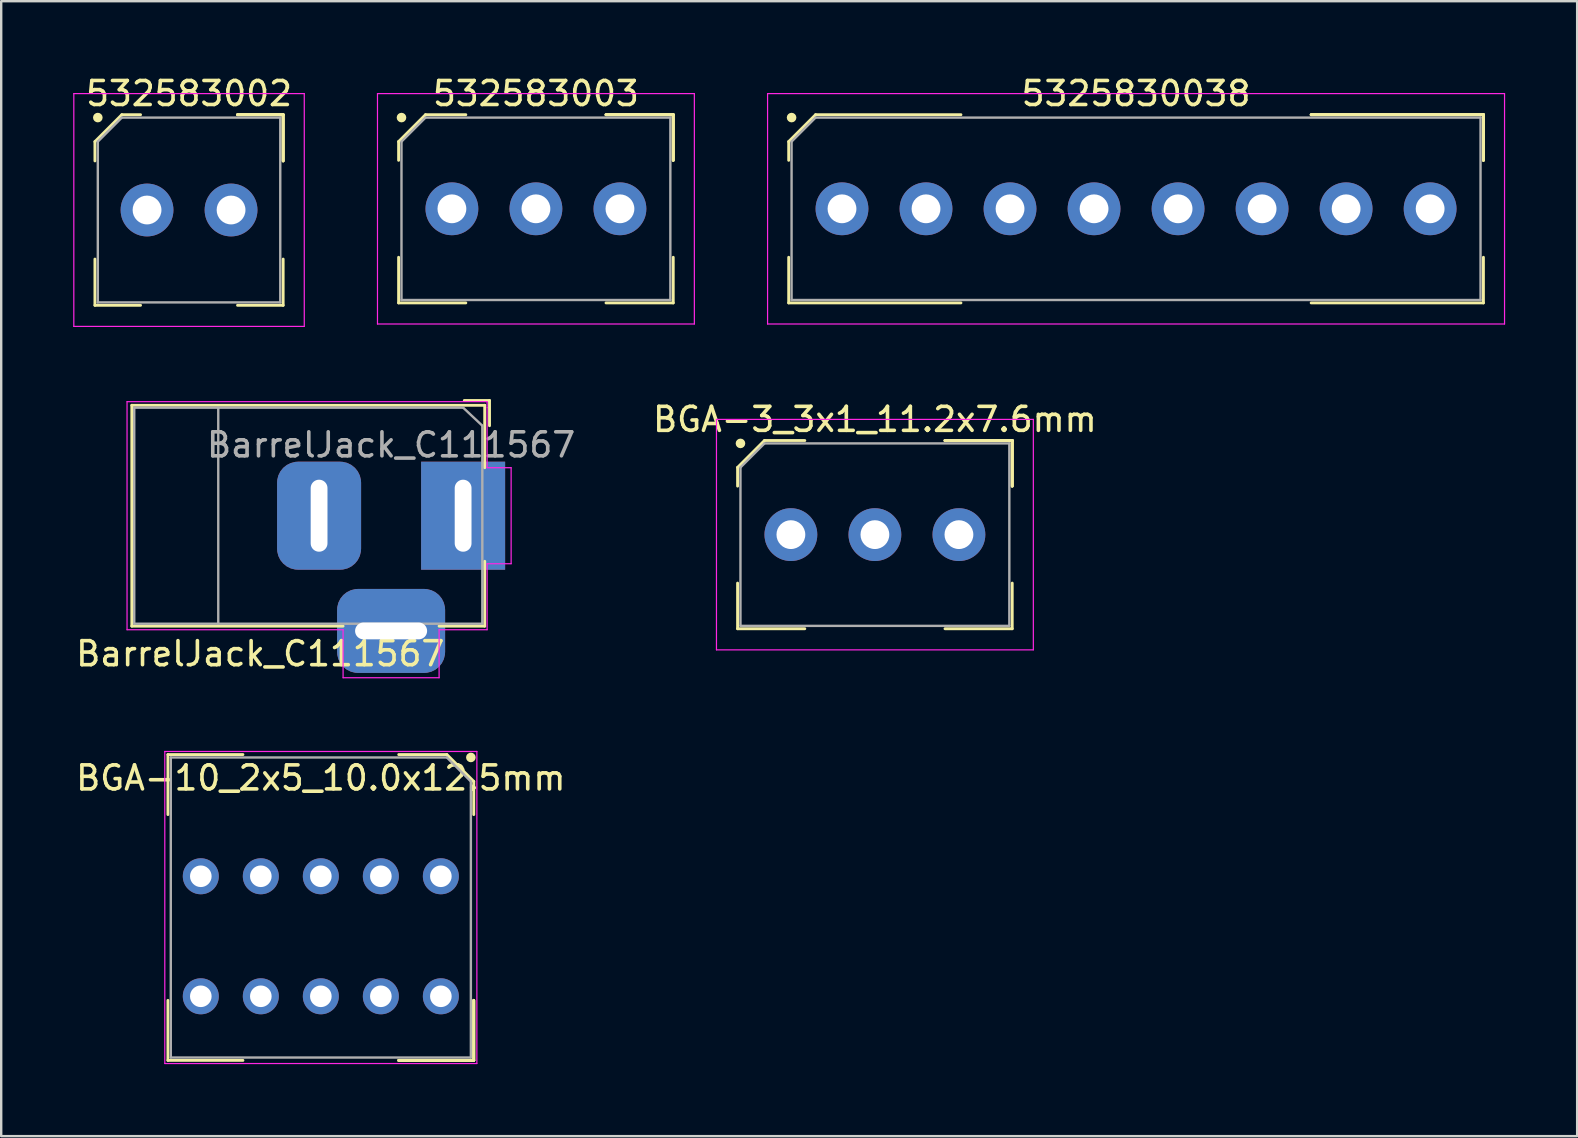
<source format=kicad_pcb>
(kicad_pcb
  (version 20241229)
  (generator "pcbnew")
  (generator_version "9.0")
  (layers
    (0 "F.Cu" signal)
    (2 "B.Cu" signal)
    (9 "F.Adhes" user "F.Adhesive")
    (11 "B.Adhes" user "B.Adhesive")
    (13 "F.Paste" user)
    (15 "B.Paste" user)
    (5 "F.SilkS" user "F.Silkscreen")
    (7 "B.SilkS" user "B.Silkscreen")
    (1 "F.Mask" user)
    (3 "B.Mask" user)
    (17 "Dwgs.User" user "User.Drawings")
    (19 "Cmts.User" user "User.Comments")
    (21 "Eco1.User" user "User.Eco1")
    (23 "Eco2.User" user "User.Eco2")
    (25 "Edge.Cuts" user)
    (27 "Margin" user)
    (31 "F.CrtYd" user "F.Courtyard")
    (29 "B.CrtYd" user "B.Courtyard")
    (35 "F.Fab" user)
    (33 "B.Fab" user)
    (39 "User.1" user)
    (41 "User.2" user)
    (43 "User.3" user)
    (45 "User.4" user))
  (footprint "BarrelJack_C111567"
    (layer "F.Cu")
    (at 16.242 18.433)
    (property "Reference" "BarrelJack_C111567" (at -8.45 5.75 0) (layer "F.SilkS") (effects (font (size 1 1) (thickness 0.15))))
    (attr through_hole)
    (fp_line (start -13.8 -4.6) (end 0.9 -4.6) (stroke (width 0.12) (type solid)) (layer "F.SilkS"))
    (fp_line (start -13.8 4.6) (end -13.8 -4.6) (stroke (width 0.12) (type solid)) (layer "F.SilkS"))
    (fp_line (start -5 4.6) (end -13.8 4.6) (stroke (width 0.12) (type solid)) (layer "F.SilkS"))
    (fp_line (start 0.05 -4.8) (end 1.1 -4.8) (stroke (width 0.12) (type solid)) (layer "F.SilkS"))
    (fp_line (start 0.9 -4.6) (end 0.9 -2) (stroke (width 0.12) (type solid)) (layer "F.SilkS"))
    (fp_line (start 0.9 1.9) (end 0.9 4.6) (stroke (width 0.12) (type solid)) (layer "F.SilkS"))
    (fp_line (start 0.9 4.6) (end -1 4.6) (stroke (width 0.12) (type solid)) (layer "F.SilkS"))
    (fp_line (start 1.1 -3.75) (end 1.1 -4.8) (stroke (width 0.12) (type solid)) (layer "F.SilkS"))
    (fp_line (start -14 4.75) (end -14 -4.75) (stroke (width 0.05) (type solid)) (layer "F.CrtYd"))
    (fp_line (start -5 4.75) (end -14 4.75) (stroke (width 0.05) (type solid)) (layer "F.CrtYd"))
    (fp_line (start -5 6.75) (end -5 4.75) (stroke (width 0.05) (type solid)) (layer "F.CrtYd"))
    (fp_line (start -1 4.75) (end -1 6.75) (stroke (width 0.05) (type solid)) (layer "F.CrtYd"))
    (fp_line (start -1 6.75) (end -5 6.75) (stroke (width 0.05) (type solid)) (layer "F.CrtYd"))
    (fp_line (start 1 -4.75) (end -14 -4.75) (stroke (width 0.05) (type solid)) (layer "F.CrtYd"))
    (fp_line (start 1 -4.5) (end 1 -4.75) (stroke (width 0.05) (type solid)) (layer "F.CrtYd"))
    (fp_line (start 1 -4.5) (end 1 -2) (stroke (width 0.05) (type solid)) (layer "F.CrtYd"))
    (fp_line (start 1 -2) (end 2 -2) (stroke (width 0.05) (type solid)) (layer "F.CrtYd"))
    (fp_line (start 1 2) (end 1 4.75) (stroke (width 0.05) (type solid)) (layer "F.CrtYd"))
    (fp_line (start 1 4.75) (end -1 4.75) (stroke (width 0.05) (type solid)) (layer "F.CrtYd"))
    (fp_line (start 2 -2) (end 2 2) (stroke (width 0.05) (type solid)) (layer "F.CrtYd"))
    (fp_line (start 2 2) (end 1 2) (stroke (width 0.05) (type solid)) (layer "F.CrtYd"))
    (fp_line (start -13.7 -4.5) (end -13.7 4.5) (stroke (width 0.1) (type solid)) (layer "F.Fab"))
    (fp_line (start -13.7 4.5) (end 0.8 4.5) (stroke (width 0.1) (type solid)) (layer "F.Fab"))
    (fp_line (start -10.2 -4.5) (end -10.2 4.5) (stroke (width 0.1) (type solid)) (layer "F.Fab"))
    (fp_line (start -0.003 -4.505) (end 0.8 -3.75) (stroke (width 0.1) (type solid)) (layer "F.Fab"))
    (fp_line (start 0 -4.5) (end -13.7 -4.5) (stroke (width 0.1) (type solid)) (layer "F.Fab"))
    (fp_line (start 0.8 4.5) (end 0.8 -3.75) (stroke (width 0.1) (type solid)) (layer "F.Fab"))
    (fp_text user "${REFERENCE}" (at -3 -2.95 0) (layer "F.Fab") (effects (font (size 1 1) (thickness 0.15))))
    (pad "1" thru_hole rect (at 0 0) (size 3.5 4.5) (drill oval 0.7 3) (layers "*.Cu" "*.Mask"))
    (pad "2" thru_hole roundrect (at -6 0) (size 3.5 4.5) (drill oval 0.7 3) (layers "*.Cu" "*.Mask") (roundrect_rratio 0.25))
    (pad "3" thru_hole roundrect (at -3 4.8) (size 4.5 3.5) (drill oval 3 0.7) (layers "*.Cu" "*.Mask") (roundrect_rratio 0.25)))
  (footprint "532583002"
    (layer "F.Cu")
    (at 4.825 5.698)
    (property "Reference" "532583002" (at 0 -4.85 0) (layer "F.SilkS") (effects (font (size 1 1) (thickness 0.15))))
    (attr smd)
    (fp_line (start -3.92 -2.85) (end -3.92 -2.045) (stroke (width 0.12) (type solid)) (layer "F.SilkS"))
    (fp_line (start -3.92 3.97) (end -3.92 2.045) (stroke (width 0.12) (type solid)) (layer "F.SilkS"))
    (fp_line (start -2.8 -3.97) (end -3.92 -2.85) (stroke (width 0.12) (type solid)) (layer "F.SilkS"))
    (fp_line (start -2.02 -3.97) (end -2.8 -3.97) (stroke (width 0.12) (type solid)) (layer "F.SilkS"))
    (fp_line (start -2.02 3.97) (end -3.92 3.97) (stroke (width 0.12) (type solid)) (layer "F.SilkS"))
    (fp_line (start 2.02 -3.97) (end 3.92 -3.97) (stroke (width 0.12) (type solid)) (layer "F.SilkS"))
    (fp_line (start 2.02 -3.97) (end 3.92 -3.97) (stroke (width 0.12) (type solid)) (layer "F.SilkS"))
    (fp_line (start 2.02 -3.97) (end 3.92 -3.97) (stroke (width 0.12) (type solid)) (layer "F.SilkS"))
    (fp_line (start 2.02 3.97) (end 3.92 3.97) (stroke (width 0.12) (type solid)) (layer "F.SilkS"))
    (fp_line (start 3.92 -3.97) (end 3.92 -2.045) (stroke (width 0.12) (type solid)) (layer "F.SilkS"))
    (fp_line (start 3.92 -3.97) (end 3.92 -2.045) (stroke (width 0.12) (type solid)) (layer "F.SilkS"))
    (fp_line (start 3.92 -3.97) (end 3.92 -2.045) (stroke (width 0.12) (type solid)) (layer "F.SilkS"))
    (fp_line (start 3.92 3.97) (end 3.92 2.045) (stroke (width 0.12) (type solid)) (layer "F.SilkS"))
    (fp_circle (center -3.8 -3.85) (end -3.8 -3.75) (stroke (width 0.2) (type solid)) (fill no) (layer "F.SilkS"))
    (fp_line (start -4.8 -4.85) (end 4.8 -4.85) (stroke (width 0.05) (type solid)) (layer "F.CrtYd"))
    (fp_line (start -4.8 4.85) (end -4.8 -4.85) (stroke (width 0.05) (type solid)) (layer "F.CrtYd"))
    (fp_line (start 4.8 -4.85) (end 4.8 4.85) (stroke (width 0.05) (type solid)) (layer "F.CrtYd"))
    (fp_line (start 4.8 4.85) (end -4.8 4.85) (stroke (width 0.05) (type solid)) (layer "F.CrtYd"))
    (fp_line (start -3.8 -2.85) (end -3.8 3.85) (stroke (width 0.1) (type solid)) (layer "F.Fab"))
    (fp_line (start -3.8 3.85) (end 3.8 3.85) (stroke (width 0.1) (type solid)) (layer "F.Fab"))
    (fp_line (start -2.8 -3.85) (end -3.8 -2.85) (stroke (width 0.1) (type solid)) (layer "F.Fab"))
    (fp_line (start 3.8 -3.85) (end -2.8 -3.85) (stroke (width 0.1) (type solid)) (layer "F.Fab"))
    (fp_line (start 3.8 3.85) (end 3.8 -3.85) (stroke (width 0.1) (type solid)) (layer "F.Fab"))
    (pad "1" thru_hole circle (at -1.75 0) (size 2.2 2.2) (drill 1.2) (layers "*.Cu" "*.Mask"))
    (pad "2" thru_hole circle (at 1.75 0) (size 2.2 2.2) (drill 1.2) (layers "*.Cu" "*.Mask")))
  (footprint "BGA-10_2x5_10.0x12.5mm"
    (layer "F.Cu")
    (at 10.315 28.458)
    (property "Reference" "BGA-10_2x5_10.0x12.5mm" (at 0 0.9 0) (layer "F.SilkS") (effects (font (size 1 1) (thickness 0.15))))
    (attr smd)
    (fp_line (start -6.37 -0.075) (end -3.245 -0.075) (stroke (width 0.12) (type solid)) (layer "F.SilkS"))
    (fp_line (start -6.37 2.425) (end -6.37 -0.075) (stroke (width 0.12) (type solid)) (layer "F.SilkS"))
    (fp_line (start -6.37 10.165) (end -6.37 12.665) (stroke (width 0.12) (type solid)) (layer "F.SilkS"))
    (fp_line (start -6.37 12.665) (end -3.245 12.665) (stroke (width 0.12) (type solid)) (layer "F.SilkS"))
    (fp_line (start 5.25 -0.075) (end 3.245 -0.075) (stroke (width 0.12) (type solid)) (layer "F.SilkS"))
    (fp_line (start 6.37 1.045) (end 5.25 -0.075) (stroke (width 0.12) (type solid)) (layer "F.SilkS"))
    (fp_line (start 6.37 2.425) (end 6.37 1.045) (stroke (width 0.12) (type solid)) (layer "F.SilkS"))
    (fp_line (start 6.37 10.165) (end 6.37 12.665) (stroke (width 0.12) (type solid)) (layer "F.SilkS"))
    (fp_line (start 6.37 10.165) (end 6.37 12.665) (stroke (width 0.12) (type solid)) (layer "F.SilkS"))
    (fp_line (start 6.37 10.165) (end 6.37 12.665) (stroke (width 0.12) (type solid)) (layer "F.SilkS"))
    (fp_line (start 6.37 12.665) (end 3.245 12.665) (stroke (width 0.12) (type solid)) (layer "F.SilkS"))
    (fp_line (start 6.37 12.665) (end 3.245 12.665) (stroke (width 0.12) (type solid)) (layer "F.SilkS"))
    (fp_line (start 6.37 12.665) (end 3.245 12.665) (stroke (width 0.12) (type solid)) (layer "F.SilkS"))
    (fp_circle (center 6.25 0.045) (end 6.15 0.045) (stroke (width 0.2) (type solid)) (fill no) (layer "F.SilkS"))
    (fp_line (start -6.5 -0.205) (end 6.5 -0.205) (stroke (width 0.05) (type solid)) (layer "F.CrtYd"))
    (fp_line (start -6.5 12.795) (end -6.5 -0.205) (stroke (width 0.05) (type solid)) (layer "F.CrtYd"))
    (fp_line (start 6.5 -0.205) (end 6.5 12.795) (stroke (width 0.05) (type solid)) (layer "F.CrtYd"))
    (fp_line (start 6.5 12.795) (end -6.5 12.795) (stroke (width 0.05) (type solid)) (layer "F.CrtYd"))
    (fp_line (start -6.25 0.045) (end -6.25 12.545) (stroke (width 0.1) (type solid)) (layer "F.Fab"))
    (fp_line (start -6.25 12.545) (end 6.25 12.545) (stroke (width 0.1) (type solid)) (layer "F.Fab"))
    (fp_line (start 5.25 0.045) (end -6.25 0.045) (stroke (width 0.1) (type solid)) (layer "F.Fab"))
    (fp_line (start 6.25 1.045) (end 5.25 0.045) (stroke (width 0.1) (type solid)) (layer "F.Fab"))
    (fp_line (start 6.25 12.545) (end 6.25 1.045) (stroke (width 0.1) (type solid)) (layer "F.Fab"))
    (pad "1" thru_hole circle (at -5 4.995 270) (size 1.5 1.5) (drill 0.9) (layers "*.Cu" "*.Mask"))
    (pad "2" thru_hole circle (at -2.5 4.995 270) (size 1.5 1.5) (drill 0.9) (layers "*.Cu" "*.Mask"))
    (pad "3" thru_hole circle (at 0 4.995 270) (size 1.5 1.5) (drill 0.9) (layers "*.Cu" "*.Mask"))
    (pad "4" thru_hole circle (at 2.5 4.995 270) (size 1.5 1.5) (drill 0.9) (layers "*.Cu" "*.Mask"))
    (pad "5" thru_hole circle (at 5 4.995 270) (size 1.5 1.5) (drill 0.9) (layers "*.Cu" "*.Mask"))
    (pad "6" thru_hole circle (at -5 9.995 270) (size 1.5 1.5) (drill 0.9) (layers "*.Cu" "*.Mask"))
    (pad "7" thru_hole circle (at -2.5 9.995 270) (size 1.5 1.5) (drill 0.9) (layers "*.Cu" "*.Mask"))
    (pad "8" thru_hole circle (at 0 9.995 270) (size 1.5 1.5) (drill 0.9) (layers "*.Cu" "*.Mask"))
    (pad "9" thru_hole circle (at 2.5 9.995 270) (size 1.5 1.5) (drill 0.9) (layers "*.Cu" "*.Mask"))
    (pad "10" thru_hole circle (at 5 9.995 270) (size 1.5 1.5) (drill 0.9) (layers "*.Cu" "*.Mask")))
  (footprint "5325830038"
    (layer "F.Cu")
    (at 44.275 5.648)
    (property "Reference" "5325830038" (at 0 -4.8 0) (layer "F.SilkS") (effects (font (size 1 1) (thickness 0.15))))
    (attr smd)
    (fp_line (start -14.47 -2.8) (end -14.47 -2.02) (stroke (width 0.12) (type solid)) (layer "F.SilkS"))
    (fp_line (start -14.47 3.92) (end -14.47 2.02) (stroke (width 0.12) (type solid)) (layer "F.SilkS"))
    (fp_line (start -13.35 -3.92) (end -14.47 -2.8) (stroke (width 0.12) (type solid)) (layer "F.SilkS"))
    (fp_line (start -7.295 -3.92) (end -13.35 -3.92) (stroke (width 0.12) (type solid)) (layer "F.SilkS"))
    (fp_line (start -7.295 3.92) (end -14.47 3.92) (stroke (width 0.12) (type solid)) (layer "F.SilkS"))
    (fp_line (start 7.295 -3.92) (end 14.47 -3.92) (stroke (width 0.12) (type solid)) (layer "F.SilkS"))
    (fp_line (start 7.295 -3.92) (end 14.47 -3.92) (stroke (width 0.12) (type solid)) (layer "F.SilkS"))
    (fp_line (start 7.295 -3.92) (end 14.47 -3.92) (stroke (width 0.12) (type solid)) (layer "F.SilkS"))
    (fp_line (start 7.295 3.92) (end 14.47 3.92) (stroke (width 0.12) (type solid)) (layer "F.SilkS"))
    (fp_line (start 14.47 -3.92) (end 14.47 -2.02) (stroke (width 0.12) (type solid)) (layer "F.SilkS"))
    (fp_line (start 14.47 -3.92) (end 14.47 -2.02) (stroke (width 0.12) (type solid)) (layer "F.SilkS"))
    (fp_line (start 14.47 -3.92) (end 14.47 -2.02) (stroke (width 0.12) (type solid)) (layer "F.SilkS"))
    (fp_line (start 14.47 3.92) (end 14.47 2.02) (stroke (width 0.12) (type solid)) (layer "F.SilkS"))
    (fp_circle (center -14.35 -3.8) (end -14.35 -3.7) (stroke (width 0.2) (type solid)) (fill no) (layer "F.SilkS"))
    (fp_line (start -15.35 -4.8) (end 15.35 -4.8) (stroke (width 0.05) (type solid)) (layer "F.CrtYd"))
    (fp_line (start -15.35 4.8) (end -15.35 -4.8) (stroke (width 0.05) (type solid)) (layer "F.CrtYd"))
    (fp_line (start 15.35 -4.8) (end 15.35 4.8) (stroke (width 0.05) (type solid)) (layer "F.CrtYd"))
    (fp_line (start 15.35 4.8) (end -15.35 4.8) (stroke (width 0.05) (type solid)) (layer "F.CrtYd"))
    (fp_line (start -14.35 -2.8) (end -14.35 3.8) (stroke (width 0.1) (type solid)) (layer "F.Fab"))
    (fp_line (start -14.35 3.8) (end 14.35 3.8) (stroke (width 0.1) (type solid)) (layer "F.Fab"))
    (fp_line (start -13.35 -3.8) (end -14.35 -2.8) (stroke (width 0.1) (type solid)) (layer "F.Fab"))
    (fp_line (start 14.35 -3.8) (end -13.35 -3.8) (stroke (width 0.1) (type solid)) (layer "F.Fab"))
    (fp_line (start 14.35 3.8) (end 14.35 -3.8) (stroke (width 0.1) (type solid)) (layer "F.Fab"))
    (pad "1" thru_hole circle (at -12.25 0) (size 2.2 2.2) (drill 1.2) (layers "*.Cu" "*.Mask"))
    (pad "2" thru_hole circle (at -8.75 0) (size 2.2 2.2) (drill 1.2) (layers "*.Cu" "*.Mask"))
    (pad "3" thru_hole circle (at -5.25 0) (size 2.2 2.2) (drill 1.2) (layers "*.Cu" "*.Mask"))
    (pad "4" thru_hole circle (at -1.75 0) (size 2.2 2.2) (drill 1.2) (layers "*.Cu" "*.Mask"))
    (pad "5" thru_hole circle (at 1.75 0) (size 2.2 2.2) (drill 1.2) (layers "*.Cu" "*.Mask"))
    (pad "6" thru_hole circle (at 5.25 0) (size 2.2 2.2) (drill 1.2) (layers "*.Cu" "*.Mask"))
    (pad "7" thru_hole circle (at 8.75 0) (size 2.2 2.2) (drill 1.2) (layers "*.Cu" "*.Mask"))
    (pad "8" thru_hole circle (at 12.25 0) (size 2.2 2.2) (drill 1.2) (layers "*.Cu" "*.Mask")))
  (footprint "532583003"
    (layer "F.Cu")
    (at 19.275 5.648)
    (property "Reference" "532583003" (at 0 -4.8 0) (layer "F.SilkS") (effects (font (size 1 1) (thickness 0.15))))
    (attr smd)
    (fp_line (start -5.72 -2.8) (end -5.72 -2.02) (stroke (width 0.12) (type solid)) (layer "F.SilkS"))
    (fp_line (start -5.72 3.92) (end -5.72 2.02) (stroke (width 0.12) (type solid)) (layer "F.SilkS"))
    (fp_line (start -4.6 -3.92) (end -5.72 -2.8) (stroke (width 0.12) (type solid)) (layer "F.SilkS"))
    (fp_line (start -2.92 -3.92) (end -4.6 -3.92) (stroke (width 0.12) (type solid)) (layer "F.SilkS"))
    (fp_line (start -2.92 3.92) (end -5.72 3.92) (stroke (width 0.12) (type solid)) (layer "F.SilkS"))
    (fp_line (start 2.92 -3.92) (end 5.72 -3.92) (stroke (width 0.12) (type solid)) (layer "F.SilkS"))
    (fp_line (start 2.92 -3.92) (end 5.72 -3.92) (stroke (width 0.12) (type solid)) (layer "F.SilkS"))
    (fp_line (start 2.92 -3.92) (end 5.72 -3.92) (stroke (width 0.12) (type solid)) (layer "F.SilkS"))
    (fp_line (start 2.92 3.92) (end 5.72 3.92) (stroke (width 0.12) (type solid)) (layer "F.SilkS"))
    (fp_line (start 5.72 -3.92) (end 5.72 -2.02) (stroke (width 0.12) (type solid)) (layer "F.SilkS"))
    (fp_line (start 5.72 -3.92) (end 5.72 -2.02) (stroke (width 0.12) (type solid)) (layer "F.SilkS"))
    (fp_line (start 5.72 -3.92) (end 5.72 -2.02) (stroke (width 0.12) (type solid)) (layer "F.SilkS"))
    (fp_line (start 5.72 3.92) (end 5.72 2.02) (stroke (width 0.12) (type solid)) (layer "F.SilkS"))
    (fp_circle (center -5.6 -3.8) (end -5.6 -3.7) (stroke (width 0.2) (type solid)) (fill no) (layer "F.SilkS"))
    (fp_line (start -6.6 -4.8) (end 6.6 -4.8) (stroke (width 0.05) (type solid)) (layer "F.CrtYd"))
    (fp_line (start -6.6 4.8) (end -6.6 -4.8) (stroke (width 0.05) (type solid)) (layer "F.CrtYd"))
    (fp_line (start 6.6 -4.8) (end 6.6 4.8) (stroke (width 0.05) (type solid)) (layer "F.CrtYd"))
    (fp_line (start 6.6 4.8) (end -6.6 4.8) (stroke (width 0.05) (type solid)) (layer "F.CrtYd"))
    (fp_line (start -5.6 -2.8) (end -5.6 3.8) (stroke (width 0.1) (type solid)) (layer "F.Fab"))
    (fp_line (start -5.6 3.8) (end 5.6 3.8) (stroke (width 0.1) (type solid)) (layer "F.Fab"))
    (fp_line (start -4.6 -3.8) (end -5.6 -2.8) (stroke (width 0.1) (type solid)) (layer "F.Fab"))
    (fp_line (start 5.6 -3.8) (end -4.6 -3.8) (stroke (width 0.1) (type solid)) (layer "F.Fab"))
    (fp_line (start 5.6 3.8) (end 5.6 -3.8) (stroke (width 0.1) (type solid)) (layer "F.Fab"))
    (pad "1" thru_hole circle (at -3.5 0) (size 2.2 2.2) (drill 1.2) (layers "*.Cu" "*.Mask"))
    (pad "2" thru_hole circle (at 0 0) (size 2.2 2.2) (drill 1.2) (layers "*.Cu" "*.Mask"))
    (pad "3" thru_hole circle (at 3.5 0) (size 2.2 2.2) (drill 1.2) (layers "*.Cu" "*.Mask")))
  (footprint "BGA-3_3x1_11.2x7.6mm"
    (layer "F.Cu")
    (at 33.396 19.221)
    (property "Reference" "BGA-3_3x1_11.2x7.6mm" (at 0 -4.8 0) (layer "F.SilkS") (effects (font (size 1 1) (thickness 0.15))))
    (attr smd)
    (fp_line (start -5.72 -2.8) (end -5.72 -2.02) (stroke (width 0.12) (type solid)) (layer "F.SilkS"))
    (fp_line (start -5.72 3.92) (end -5.72 2.02) (stroke (width 0.12) (type solid)) (layer "F.SilkS"))
    (fp_line (start -4.6 -3.92) (end -5.72 -2.8) (stroke (width 0.12) (type solid)) (layer "F.SilkS"))
    (fp_line (start -2.92 -3.92) (end -4.6 -3.92) (stroke (width 0.12) (type solid)) (layer "F.SilkS"))
    (fp_line (start -2.92 3.92) (end -5.72 3.92) (stroke (width 0.12) (type solid)) (layer "F.SilkS"))
    (fp_line (start 2.92 -3.92) (end 5.72 -3.92) (stroke (width 0.12) (type solid)) (layer "F.SilkS"))
    (fp_line (start 2.92 -3.92) (end 5.72 -3.92) (stroke (width 0.12) (type solid)) (layer "F.SilkS"))
    (fp_line (start 2.92 -3.92) (end 5.72 -3.92) (stroke (width 0.12) (type solid)) (layer "F.SilkS"))
    (fp_line (start 2.92 3.92) (end 5.72 3.92) (stroke (width 0.12) (type solid)) (layer "F.SilkS"))
    (fp_line (start 5.72 -3.92) (end 5.72 -2.02) (stroke (width 0.12) (type solid)) (layer "F.SilkS"))
    (fp_line (start 5.72 -3.92) (end 5.72 -2.02) (stroke (width 0.12) (type solid)) (layer "F.SilkS"))
    (fp_line (start 5.72 -3.92) (end 5.72 -2.02) (stroke (width 0.12) (type solid)) (layer "F.SilkS"))
    (fp_line (start 5.72 3.92) (end 5.72 2.02) (stroke (width 0.12) (type solid)) (layer "F.SilkS"))
    (fp_circle (center -5.6 -3.8) (end -5.6 -3.7) (stroke (width 0.2) (type solid)) (fill no) (layer "F.SilkS"))
    (fp_line (start -6.6 -4.8) (end 6.6 -4.8) (stroke (width 0.05) (type solid)) (layer "F.CrtYd"))
    (fp_line (start -6.6 4.8) (end -6.6 -4.8) (stroke (width 0.05) (type solid)) (layer "F.CrtYd"))
    (fp_line (start 6.6 -4.8) (end 6.6 4.8) (stroke (width 0.05) (type solid)) (layer "F.CrtYd"))
    (fp_line (start 6.6 4.8) (end -6.6 4.8) (stroke (width 0.05) (type solid)) (layer "F.CrtYd"))
    (fp_line (start -5.6 -2.8) (end -5.6 3.8) (stroke (width 0.1) (type solid)) (layer "F.Fab"))
    (fp_line (start -5.6 3.8) (end 5.6 3.8) (stroke (width 0.1) (type solid)) (layer "F.Fab"))
    (fp_line (start -4.6 -3.8) (end -5.6 -2.8) (stroke (width 0.1) (type solid)) (layer "F.Fab"))
    (fp_line (start 5.6 -3.8) (end -4.6 -3.8) (stroke (width 0.1) (type solid)) (layer "F.Fab"))
    (fp_line (start 5.6 3.8) (end 5.6 -3.8) (stroke (width 0.1) (type solid)) (layer "F.Fab"))
    (pad "1" thru_hole circle (at -3.5 0) (size 2.2 2.2) (drill 1.2) (layers "*.Cu" "*.Mask"))
    (pad "2" thru_hole circle (at 0 0) (size 2.2 2.2) (drill 1.2) (layers "*.Cu" "*.Mask"))
    (pad "3" thru_hole circle (at 3.5 0) (size 2.2 2.2) (drill 1.2) (layers "*.Cu" "*.Mask")))
  (gr_rect
    (start -3 -3)
    (end 62.65 44.278)
    (stroke (width 0.1) (type default))
    (fill no)
    (layer "Edge.Cuts")))
</source>
